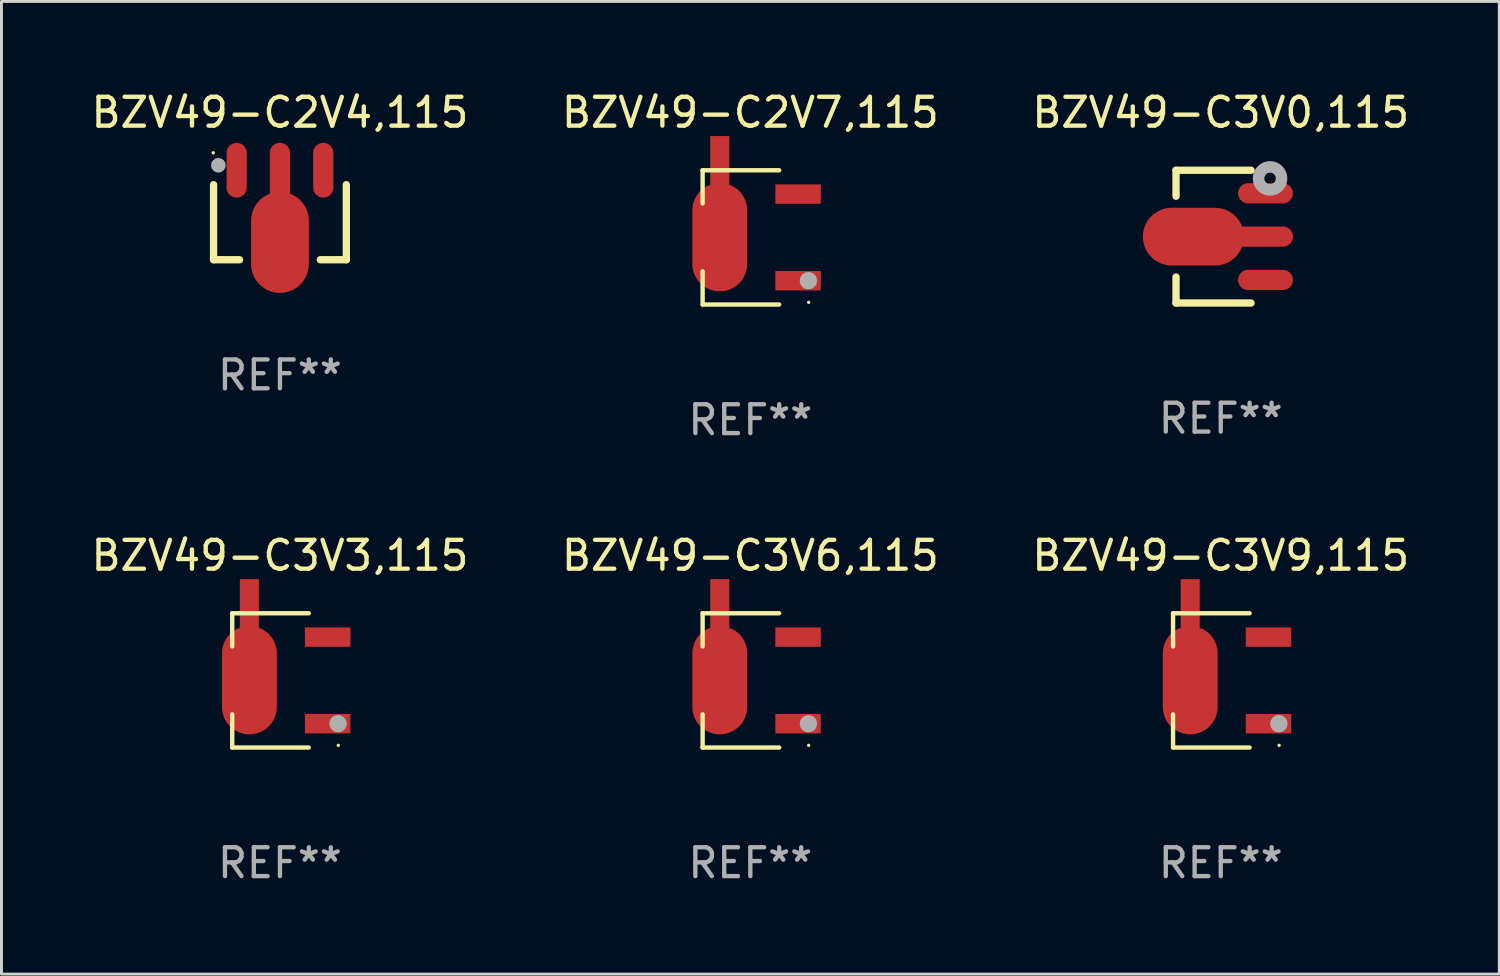
<source format=kicad_pcb>
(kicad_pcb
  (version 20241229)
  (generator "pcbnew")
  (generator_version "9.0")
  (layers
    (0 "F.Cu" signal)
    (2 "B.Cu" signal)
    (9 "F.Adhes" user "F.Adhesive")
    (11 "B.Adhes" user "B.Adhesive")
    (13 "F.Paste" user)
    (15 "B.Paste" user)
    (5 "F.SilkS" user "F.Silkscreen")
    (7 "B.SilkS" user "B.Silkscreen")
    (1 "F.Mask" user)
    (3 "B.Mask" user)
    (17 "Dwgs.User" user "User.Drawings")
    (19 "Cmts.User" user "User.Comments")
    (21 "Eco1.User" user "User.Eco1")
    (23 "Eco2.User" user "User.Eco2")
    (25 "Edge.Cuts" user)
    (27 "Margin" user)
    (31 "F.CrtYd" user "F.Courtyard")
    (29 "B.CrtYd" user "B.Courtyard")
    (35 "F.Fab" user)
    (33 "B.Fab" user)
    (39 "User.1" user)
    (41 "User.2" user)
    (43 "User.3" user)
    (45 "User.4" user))
  (footprint "BZV49-C3V9,115"
    (layer "F.Cu")
    (at 39.244 20.523)
    (property "Reference" "BZV49-C3V9,115" (at 0 -4.326 0) (layer "F.SilkS") (effects (font (size 1 1) (thickness 0.15))))
    (attr through_hole)
    (fp_line (start -1.653 -2.326) (end -1.653 -1.177) (stroke (width 0.152) (type solid)) (layer "F.SilkS"))
    (fp_line (start -1.653 2.326) (end -1.653 1.177) (stroke (width 0.152) (type solid)) (layer "F.SilkS"))
    (fp_line (start 0.999 -2.326) (end -1.653 -2.326) (stroke (width 0.152) (type solid)) (layer "F.SilkS"))
    (fp_line (start 0.999 2.326) (end -1.653 2.326) (stroke (width 0.152) (type solid)) (layer "F.SilkS"))
    (fp_circle (center 2.021 2.25) (end 2.051 2.25) (stroke (width 0.06) (type solid)) (fill no) (layer "F.SilkS"))
    (fp_circle (center 2.012 1.5) (end 2.162 1.5) (stroke (width 0.3) (type solid)) (fill no) (layer "F.Fab"))
    (fp_text user "REF**" (at 0 6.326 0) (layer "F.Fab") (effects (font (size 1 1) (thickness 0.15))))
    (pad "1" smd rect (at 1.653 1.5) (size 1.575 0.672) (layers "F.Cu" "F.Mask" "F.Paste"))
    (pad "2" smd custom (at -1.059 -0.009 90) (size 1.9 5.377) (layers "F.Cu" "F.Mask" "F.Paste") (options (anchor circle)) (primitives (gr_poly (pts (xy -0.927 -0.95) (xy 0.927 -0.95) (xy 0.972 -0.949) (xy 1.016 -0.946) (xy 1.06 -0.941) (xy 1.104 -0.933) (xy 1.148 -0.924) (xy 1.191 -0.913) (xy 1.233 -0.899) (xy 1.275 -0.884) (xy 1.316 -0.867) (xy 1.357 -0.848) (xy 1.396 -0.826) (xy 1.434 -0.804) (xy 1.471 -0.779) (xy 1.507 -0.753) (xy 1.542 -0.725) (xy 1.575 -0.695) (xy 1.607 -0.664) (xy 1.637 -0.631) (xy 1.666 -0.597) (xy 1.693 -0.562) (xy 1.719 -0.526) (xy 1.742 -0.488) (xy 1.764 -0.449) (xy 1.785 -0.409) (xy 1.803 -0.33) (xy 3.5 -0.33) (xy 3.5 0.33) (xy 1.803 0.33) (xy 1.785 0.409) (xy 1.764 0.449) (xy 1.742 0.488) (xy 1.719 0.525) (xy 1.693 0.562) (xy 1.666 0.597) (xy 1.637 0.631) (xy 1.607 0.664) (xy 1.575 0.695) (xy 1.542 0.725) (xy 1.507 0.753) (xy 1.471 0.779) (xy 1.434 0.803) (xy 1.396 0.826) (xy 1.357 0.847) (xy 1.316 0.867) (xy 1.275 0.884) (xy 1.233 0.899) (xy 1.191 0.913) (xy 1.148 0.924) (xy 1.104 0.933) (xy 1.06 0.941) (xy 1.016 0.946) (xy 0.972 0.949) (xy 0.927 0.95) (xy -0.927 0.95) (xy -0.972 0.949) (xy -1.016 0.946) (xy -1.06 0.941) (xy -1.104 0.933) (xy -1.148 0.924) (xy -1.191 0.913) (xy -1.233 0.899) (xy -1.275 0.884) (xy -1.316 0.867) (xy -1.356 0.847) (xy -1.396 0.826) (xy -1.434 0.803) (xy -1.471 0.779) (xy -1.507 0.753) (xy -1.541 0.725) (xy -1.575 0.695) (xy -1.607 0.664) (xy -1.637 0.631) (xy -1.666 0.597) (xy -1.693 0.562) (xy -1.718 0.525) (xy -1.742 0.488) (xy -1.764 0.449) (xy -1.784 0.409) (xy -1.803 0.369) (xy -1.819 0.327) (xy -1.833 0.285) (xy -1.846 0.242) (xy -1.856 0.199) (xy -1.864 0.155) (xy -1.87 0.111) (xy -1.875 0.067) (xy -1.877 0.022) (xy -1.877 -0.022) (xy -1.875 -0.067) (xy -1.87 -0.111) (xy -1.864 -0.155) (xy -1.856 -0.199) (xy -1.846 -0.242) (xy -1.833 -0.285) (xy -1.819 -0.327) (xy -1.803 -0.369) (xy -1.784 -0.409) (xy -1.764 -0.449) (xy -1.742 -0.488) (xy -1.718 -0.526) (xy -1.693 -0.562) (xy -1.666 -0.597) (xy -1.637 -0.631) (xy -1.607 -0.664) (xy -1.575 -0.695) (xy -1.541 -0.725) (xy -1.507 -0.753) (xy -1.471 -0.779) (xy -1.434 -0.804) (xy -1.396 -0.826) (xy -1.356 -0.848) (xy -1.316 -0.867) (xy -1.275 -0.884) (xy -1.233 -0.899) (xy -1.191 -0.913) (xy -1.148 -0.924) (xy -1.104 -0.933) (xy -1.06 -0.941) (xy -1.016 -0.946) (xy -0.972 -0.949) (xy -0.927 -0.95)) (width 0) (fill yes))))
    (pad "3" smd rect (at 1.653 -1.5) (size 1.575 0.672) (layers "F.Cu" "F.Mask" "F.Paste")))
  (footprint "BZV49-C2V7,115"
    (layer "F.Cu")
    (at 22.946 5.174)
    (property "Reference" "BZV49-C2V7,115" (at 0 -4.326 0) (layer "F.SilkS") (effects (font (size 1 1) (thickness 0.15))))
    (attr through_hole)
    (fp_line (start -1.653 -2.326) (end -1.653 -1.177) (stroke (width 0.152) (type solid)) (layer "F.SilkS"))
    (fp_line (start -1.653 2.326) (end -1.653 1.177) (stroke (width 0.152) (type solid)) (layer "F.SilkS"))
    (fp_line (start 0.999 -2.326) (end -1.653 -2.326) (stroke (width 0.152) (type solid)) (layer "F.SilkS"))
    (fp_line (start 0.999 2.326) (end -1.653 2.326) (stroke (width 0.152) (type solid)) (layer "F.SilkS"))
    (fp_circle (center 2.021 2.25) (end 2.051 2.25) (stroke (width 0.06) (type solid)) (fill no) (layer "F.SilkS"))
    (fp_circle (center 2.012 1.5) (end 2.162 1.5) (stroke (width 0.3) (type solid)) (fill no) (layer "F.Fab"))
    (fp_text user "REF**" (at 0 6.326 0) (layer "F.Fab") (effects (font (size 1 1) (thickness 0.15))))
    (pad "1" smd rect (at 1.653 1.5) (size 1.575 0.672) (layers "F.Cu" "F.Mask" "F.Paste"))
    (pad "2" smd custom (at -1.059 -0.009 90) (size 1.9 5.377) (layers "F.Cu" "F.Mask" "F.Paste") (options (anchor circle)) (primitives (gr_poly (pts (xy -0.927 -0.95) (xy 0.927 -0.95) (xy 0.972 -0.949) (xy 1.016 -0.946) (xy 1.06 -0.941) (xy 1.104 -0.933) (xy 1.148 -0.924) (xy 1.191 -0.913) (xy 1.233 -0.899) (xy 1.275 -0.884) (xy 1.316 -0.867) (xy 1.357 -0.848) (xy 1.396 -0.826) (xy 1.434 -0.804) (xy 1.471 -0.779) (xy 1.507 -0.753) (xy 1.542 -0.725) (xy 1.575 -0.695) (xy 1.607 -0.664) (xy 1.637 -0.631) (xy 1.666 -0.597) (xy 1.693 -0.562) (xy 1.719 -0.526) (xy 1.742 -0.488) (xy 1.764 -0.449) (xy 1.785 -0.409) (xy 1.803 -0.33) (xy 3.5 -0.33) (xy 3.5 0.33) (xy 1.803 0.33) (xy 1.785 0.409) (xy 1.764 0.449) (xy 1.742 0.488) (xy 1.719 0.525) (xy 1.693 0.562) (xy 1.666 0.597) (xy 1.637 0.631) (xy 1.607 0.664) (xy 1.575 0.695) (xy 1.542 0.725) (xy 1.507 0.753) (xy 1.471 0.779) (xy 1.434 0.803) (xy 1.396 0.826) (xy 1.357 0.847) (xy 1.316 0.867) (xy 1.275 0.884) (xy 1.233 0.899) (xy 1.191 0.913) (xy 1.148 0.924) (xy 1.104 0.933) (xy 1.06 0.941) (xy 1.016 0.946) (xy 0.972 0.949) (xy 0.927 0.95) (xy -0.927 0.95) (xy -0.972 0.949) (xy -1.016 0.946) (xy -1.06 0.941) (xy -1.104 0.933) (xy -1.148 0.924) (xy -1.191 0.913) (xy -1.233 0.899) (xy -1.275 0.884) (xy -1.316 0.867) (xy -1.356 0.847) (xy -1.396 0.826) (xy -1.434 0.803) (xy -1.471 0.779) (xy -1.507 0.753) (xy -1.541 0.725) (xy -1.575 0.695) (xy -1.607 0.664) (xy -1.637 0.631) (xy -1.666 0.597) (xy -1.693 0.562) (xy -1.718 0.525) (xy -1.742 0.488) (xy -1.764 0.449) (xy -1.784 0.409) (xy -1.803 0.369) (xy -1.819 0.327) (xy -1.833 0.285) (xy -1.846 0.242) (xy -1.856 0.199) (xy -1.864 0.155) (xy -1.87 0.111) (xy -1.875 0.067) (xy -1.877 0.022) (xy -1.877 -0.022) (xy -1.875 -0.067) (xy -1.87 -0.111) (xy -1.864 -0.155) (xy -1.856 -0.199) (xy -1.846 -0.242) (xy -1.833 -0.285) (xy -1.819 -0.327) (xy -1.803 -0.369) (xy -1.784 -0.409) (xy -1.764 -0.449) (xy -1.742 -0.488) (xy -1.718 -0.526) (xy -1.693 -0.562) (xy -1.666 -0.597) (xy -1.637 -0.631) (xy -1.607 -0.664) (xy -1.575 -0.695) (xy -1.541 -0.725) (xy -1.507 -0.753) (xy -1.471 -0.779) (xy -1.434 -0.804) (xy -1.396 -0.826) (xy -1.356 -0.848) (xy -1.316 -0.867) (xy -1.275 -0.884) (xy -1.233 -0.899) (xy -1.191 -0.913) (xy -1.148 -0.924) (xy -1.104 -0.933) (xy -1.06 -0.941) (xy -1.016 -0.946) (xy -0.972 -0.949) (xy -0.927 -0.95)) (width 0) (fill yes))))
    (pad "3" smd rect (at 1.653 -1.5) (size 1.575 0.672) (layers "F.Cu" "F.Mask" "F.Paste")))
  (footprint "BZV49-C3V3,115"
    (layer "F.Cu")
    (at 6.649 20.523)
    (property "Reference" "BZV49-C3V3,115" (at 0 -4.326 0) (layer "F.SilkS") (effects (font (size 1 1) (thickness 0.15))))
    (attr through_hole)
    (fp_line (start -1.653 -2.326) (end -1.653 -1.177) (stroke (width 0.152) (type solid)) (layer "F.SilkS"))
    (fp_line (start -1.653 2.326) (end -1.653 1.177) (stroke (width 0.152) (type solid)) (layer "F.SilkS"))
    (fp_line (start 0.999 -2.326) (end -1.653 -2.326) (stroke (width 0.152) (type solid)) (layer "F.SilkS"))
    (fp_line (start 0.999 2.326) (end -1.653 2.326) (stroke (width 0.152) (type solid)) (layer "F.SilkS"))
    (fp_circle (center 2.021 2.25) (end 2.051 2.25) (stroke (width 0.06) (type solid)) (fill no) (layer "F.SilkS"))
    (fp_circle (center 2.012 1.5) (end 2.162 1.5) (stroke (width 0.3) (type solid)) (fill no) (layer "F.Fab"))
    (fp_text user "REF**" (at 0 6.326 0) (layer "F.Fab") (effects (font (size 1 1) (thickness 0.15))))
    (pad "1" smd rect (at 1.653 1.5) (size 1.575 0.672) (layers "F.Cu" "F.Mask" "F.Paste"))
    (pad "2" smd custom (at -1.059 -0.009 90) (size 1.9 5.377) (layers "F.Cu" "F.Mask" "F.Paste") (options (anchor circle)) (primitives (gr_poly (pts (xy -0.927 -0.95) (xy 0.927 -0.95) (xy 0.972 -0.949) (xy 1.016 -0.946) (xy 1.06 -0.941) (xy 1.104 -0.933) (xy 1.148 -0.924) (xy 1.191 -0.913) (xy 1.233 -0.899) (xy 1.275 -0.884) (xy 1.316 -0.867) (xy 1.357 -0.848) (xy 1.396 -0.826) (xy 1.434 -0.804) (xy 1.471 -0.779) (xy 1.507 -0.753) (xy 1.542 -0.725) (xy 1.575 -0.695) (xy 1.607 -0.664) (xy 1.637 -0.631) (xy 1.666 -0.597) (xy 1.693 -0.562) (xy 1.719 -0.526) (xy 1.742 -0.488) (xy 1.764 -0.449) (xy 1.785 -0.409) (xy 1.803 -0.33) (xy 3.5 -0.33) (xy 3.5 0.33) (xy 1.803 0.33) (xy 1.785 0.409) (xy 1.764 0.449) (xy 1.742 0.488) (xy 1.719 0.525) (xy 1.693 0.562) (xy 1.666 0.597) (xy 1.637 0.631) (xy 1.607 0.664) (xy 1.575 0.695) (xy 1.542 0.725) (xy 1.507 0.753) (xy 1.471 0.779) (xy 1.434 0.803) (xy 1.396 0.826) (xy 1.357 0.847) (xy 1.316 0.867) (xy 1.275 0.884) (xy 1.233 0.899) (xy 1.191 0.913) (xy 1.148 0.924) (xy 1.104 0.933) (xy 1.06 0.941) (xy 1.016 0.946) (xy 0.972 0.949) (xy 0.927 0.95) (xy -0.927 0.95) (xy -0.972 0.949) (xy -1.016 0.946) (xy -1.06 0.941) (xy -1.104 0.933) (xy -1.148 0.924) (xy -1.191 0.913) (xy -1.233 0.899) (xy -1.275 0.884) (xy -1.316 0.867) (xy -1.356 0.847) (xy -1.396 0.826) (xy -1.434 0.803) (xy -1.471 0.779) (xy -1.507 0.753) (xy -1.541 0.725) (xy -1.575 0.695) (xy -1.607 0.664) (xy -1.637 0.631) (xy -1.666 0.597) (xy -1.693 0.562) (xy -1.718 0.525) (xy -1.742 0.488) (xy -1.764 0.449) (xy -1.784 0.409) (xy -1.803 0.369) (xy -1.819 0.327) (xy -1.833 0.285) (xy -1.846 0.242) (xy -1.856 0.199) (xy -1.864 0.155) (xy -1.87 0.111) (xy -1.875 0.067) (xy -1.877 0.022) (xy -1.877 -0.022) (xy -1.875 -0.067) (xy -1.87 -0.111) (xy -1.864 -0.155) (xy -1.856 -0.199) (xy -1.846 -0.242) (xy -1.833 -0.285) (xy -1.819 -0.327) (xy -1.803 -0.369) (xy -1.784 -0.409) (xy -1.764 -0.449) (xy -1.742 -0.488) (xy -1.718 -0.526) (xy -1.693 -0.562) (xy -1.666 -0.597) (xy -1.637 -0.631) (xy -1.607 -0.664) (xy -1.575 -0.695) (xy -1.541 -0.725) (xy -1.507 -0.753) (xy -1.471 -0.779) (xy -1.434 -0.804) (xy -1.396 -0.826) (xy -1.356 -0.848) (xy -1.316 -0.867) (xy -1.275 -0.884) (xy -1.233 -0.899) (xy -1.191 -0.913) (xy -1.148 -0.924) (xy -1.104 -0.933) (xy -1.06 -0.941) (xy -1.016 -0.946) (xy -0.972 -0.949) (xy -0.927 -0.95)) (width 0) (fill yes))))
    (pad "3" smd rect (at 1.653 -1.5) (size 1.575 0.672) (layers "F.Cu" "F.Mask" "F.Paste")))
  (footprint "BZV49-C3V0,115"
    (layer "F.Cu")
    (at 39.244 5.148)
    (property "Reference" "BZV49-C3V0,115" (at 0 -4.3 0) (layer "F.SilkS") (effects (font (size 1 1) (thickness 0.15))))
    (attr through_hole)
    (fp_line (start -1.55 -2.3) (end 1.05 -2.3) (stroke (width 0.254) (type solid)) (layer "F.SilkS"))
    (fp_line (start -1.55 -1.4) (end -1.55 -2.3) (stroke (width 0.254) (type solid)) (layer "F.SilkS"))
    (fp_line (start -1.55 2.3) (end -1.55 1.4) (stroke (width 0.254) (type solid)) (layer "F.SilkS"))
    (fp_line (start 1.05 2.3) (end -1.55 2.3) (stroke (width 0.254) (type solid)) (layer "F.SilkS"))
    (fp_circle (center 2.15 -2.25) (end 2.18 -2.25) (stroke (width 0.06) (type solid)) (fill no) (layer "F.SilkS"))
    (fp_circle (center 1.708 -2.017) (end 1.907 -2.017) (stroke (width 0.4) (type solid)) (fill no) (layer "F.Fab"))
    (fp_text user "REF**" (at 0 6.3 0) (layer "F.Fab") (effects (font (size 1 1) (thickness 0.15))))
    (pad "1" smd oval (at 1.55 -1.501 270) (size 0.7 1.9) (layers "F.Cu" "F.Mask" "F.Paste"))
    (pad "2" smd oval (at -0.949 0 270) (size 2 3.5) (layers "F.Cu" "F.Mask" "F.Paste"))
    (pad "2" smd oval (at 1.451 0 270) (size 0.7 2.1) (layers "F.Cu" "F.Mask" "F.Paste"))
    (pad "3" smd oval (at 1.55 1.501 270) (size 0.7 1.9) (layers "F.Cu" "F.Mask" "F.Paste")))
  (footprint "BZV49-C3V6,115"
    (layer "F.Cu")
    (at 22.946 20.523)
    (property "Reference" "BZV49-C3V6,115" (at 0 -4.326 0) (layer "F.SilkS") (effects (font (size 1 1) (thickness 0.15))))
    (attr through_hole)
    (fp_line (start -1.653 -2.326) (end -1.653 -1.177) (stroke (width 0.152) (type solid)) (layer "F.SilkS"))
    (fp_line (start -1.653 2.326) (end -1.653 1.177) (stroke (width 0.152) (type solid)) (layer "F.SilkS"))
    (fp_line (start 0.999 -2.326) (end -1.653 -2.326) (stroke (width 0.152) (type solid)) (layer "F.SilkS"))
    (fp_line (start 0.999 2.326) (end -1.653 2.326) (stroke (width 0.152) (type solid)) (layer "F.SilkS"))
    (fp_circle (center 2.021 2.25) (end 2.051 2.25) (stroke (width 0.06) (type solid)) (fill no) (layer "F.SilkS"))
    (fp_circle (center 2.012 1.5) (end 2.162 1.5) (stroke (width 0.3) (type solid)) (fill no) (layer "F.Fab"))
    (fp_text user "REF**" (at 0 6.326 0) (layer "F.Fab") (effects (font (size 1 1) (thickness 0.15))))
    (pad "1" smd rect (at 1.653 1.5) (size 1.575 0.672) (layers "F.Cu" "F.Mask" "F.Paste"))
    (pad "2" smd custom (at -1.059 -0.009 90) (size 1.9 5.377) (layers "F.Cu" "F.Mask" "F.Paste") (options (anchor circle)) (primitives (gr_poly (pts (xy -0.927 -0.95) (xy 0.927 -0.95) (xy 0.972 -0.949) (xy 1.016 -0.946) (xy 1.06 -0.941) (xy 1.104 -0.933) (xy 1.148 -0.924) (xy 1.191 -0.913) (xy 1.233 -0.899) (xy 1.275 -0.884) (xy 1.316 -0.867) (xy 1.357 -0.848) (xy 1.396 -0.826) (xy 1.434 -0.804) (xy 1.471 -0.779) (xy 1.507 -0.753) (xy 1.542 -0.725) (xy 1.575 -0.695) (xy 1.607 -0.664) (xy 1.637 -0.631) (xy 1.666 -0.597) (xy 1.693 -0.562) (xy 1.719 -0.526) (xy 1.742 -0.488) (xy 1.764 -0.449) (xy 1.785 -0.409) (xy 1.803 -0.33) (xy 3.5 -0.33) (xy 3.5 0.33) (xy 1.803 0.33) (xy 1.785 0.409) (xy 1.764 0.449) (xy 1.742 0.488) (xy 1.719 0.525) (xy 1.693 0.562) (xy 1.666 0.597) (xy 1.637 0.631) (xy 1.607 0.664) (xy 1.575 0.695) (xy 1.542 0.725) (xy 1.507 0.753) (xy 1.471 0.779) (xy 1.434 0.803) (xy 1.396 0.826) (xy 1.357 0.847) (xy 1.316 0.867) (xy 1.275 0.884) (xy 1.233 0.899) (xy 1.191 0.913) (xy 1.148 0.924) (xy 1.104 0.933) (xy 1.06 0.941) (xy 1.016 0.946) (xy 0.972 0.949) (xy 0.927 0.95) (xy -0.927 0.95) (xy -0.972 0.949) (xy -1.016 0.946) (xy -1.06 0.941) (xy -1.104 0.933) (xy -1.148 0.924) (xy -1.191 0.913) (xy -1.233 0.899) (xy -1.275 0.884) (xy -1.316 0.867) (xy -1.356 0.847) (xy -1.396 0.826) (xy -1.434 0.803) (xy -1.471 0.779) (xy -1.507 0.753) (xy -1.541 0.725) (xy -1.575 0.695) (xy -1.607 0.664) (xy -1.637 0.631) (xy -1.666 0.597) (xy -1.693 0.562) (xy -1.718 0.525) (xy -1.742 0.488) (xy -1.764 0.449) (xy -1.784 0.409) (xy -1.803 0.369) (xy -1.819 0.327) (xy -1.833 0.285) (xy -1.846 0.242) (xy -1.856 0.199) (xy -1.864 0.155) (xy -1.87 0.111) (xy -1.875 0.067) (xy -1.877 0.022) (xy -1.877 -0.022) (xy -1.875 -0.067) (xy -1.87 -0.111) (xy -1.864 -0.155) (xy -1.856 -0.199) (xy -1.846 -0.242) (xy -1.833 -0.285) (xy -1.819 -0.327) (xy -1.803 -0.369) (xy -1.784 -0.409) (xy -1.764 -0.449) (xy -1.742 -0.488) (xy -1.718 -0.526) (xy -1.693 -0.562) (xy -1.666 -0.597) (xy -1.637 -0.631) (xy -1.607 -0.664) (xy -1.575 -0.695) (xy -1.541 -0.725) (xy -1.507 -0.753) (xy -1.471 -0.779) (xy -1.434 -0.804) (xy -1.396 -0.826) (xy -1.356 -0.848) (xy -1.316 -0.867) (xy -1.275 -0.884) (xy -1.233 -0.899) (xy -1.191 -0.913) (xy -1.148 -0.924) (xy -1.104 -0.933) (xy -1.06 -0.941) (xy -1.016 -0.946) (xy -0.972 -0.949) (xy -0.927 -0.95)) (width 0) (fill yes))))
    (pad "3" smd rect (at 1.653 -1.5) (size 1.575 0.672) (layers "F.Cu" "F.Mask" "F.Paste")))
  (footprint "BZV49-C2V4,115"
    (layer "F.Cu")
    (at 6.649 4.398)
    (property "Reference" "BZV49-C2V4,115" (at 0 -3.55 0) (layer "F.SilkS") (effects (font (size 1 1) (thickness 0.15))))
    (attr through_hole)
    (fp_line (start -2.3 1.55) (end -2.3 -1.05) (stroke (width 0.254) (type solid)) (layer "F.SilkS"))
    (fp_line (start -1.4 1.55) (end -2.3 1.55) (stroke (width 0.254) (type solid)) (layer "F.SilkS"))
    (fp_line (start 2.3 -1.05) (end 2.3 1.55) (stroke (width 0.254) (type solid)) (layer "F.SilkS"))
    (fp_line (start 2.3 1.55) (end 1.4 1.55) (stroke (width 0.254) (type solid)) (layer "F.SilkS"))
    (fp_circle (center -2.311 -2.154) (end -2.281 -2.154) (stroke (width 0.06) (type solid)) (fill no) (layer "F.SilkS"))
    (fp_circle (center -2.134 -1.723) (end -2.007 -1.723) (stroke (width 0.254) (type solid)) (fill no) (layer "F.Fab"))
    (fp_text user "REF**" (at 0 5.55 0) (layer "F.Fab") (effects (font (size 1 1) (thickness 0.15))))
    (pad "1" smd oval (at -1.501 -1.55) (size 0.7 1.9) (layers "F.Cu" "F.Mask" "F.Paste"))
    (pad "2" smd oval (at 0 -1.451) (size 0.7 2.1) (layers "F.Cu" "F.Mask" "F.Paste"))
    (pad "2" smd oval (at 0 0.949) (size 2 3.5) (layers "F.Cu" "F.Mask" "F.Paste"))
    (pad "3" smd oval (at 1.501 -1.55) (size 0.7 1.9) (layers "F.Cu" "F.Mask" "F.Paste")))
  (gr_rect
    (start -3 -3)
    (end 48.893 30.698)
    (stroke (width 0.1) (type default))
    (fill no)
    (layer "Edge.Cuts")))
</source>
